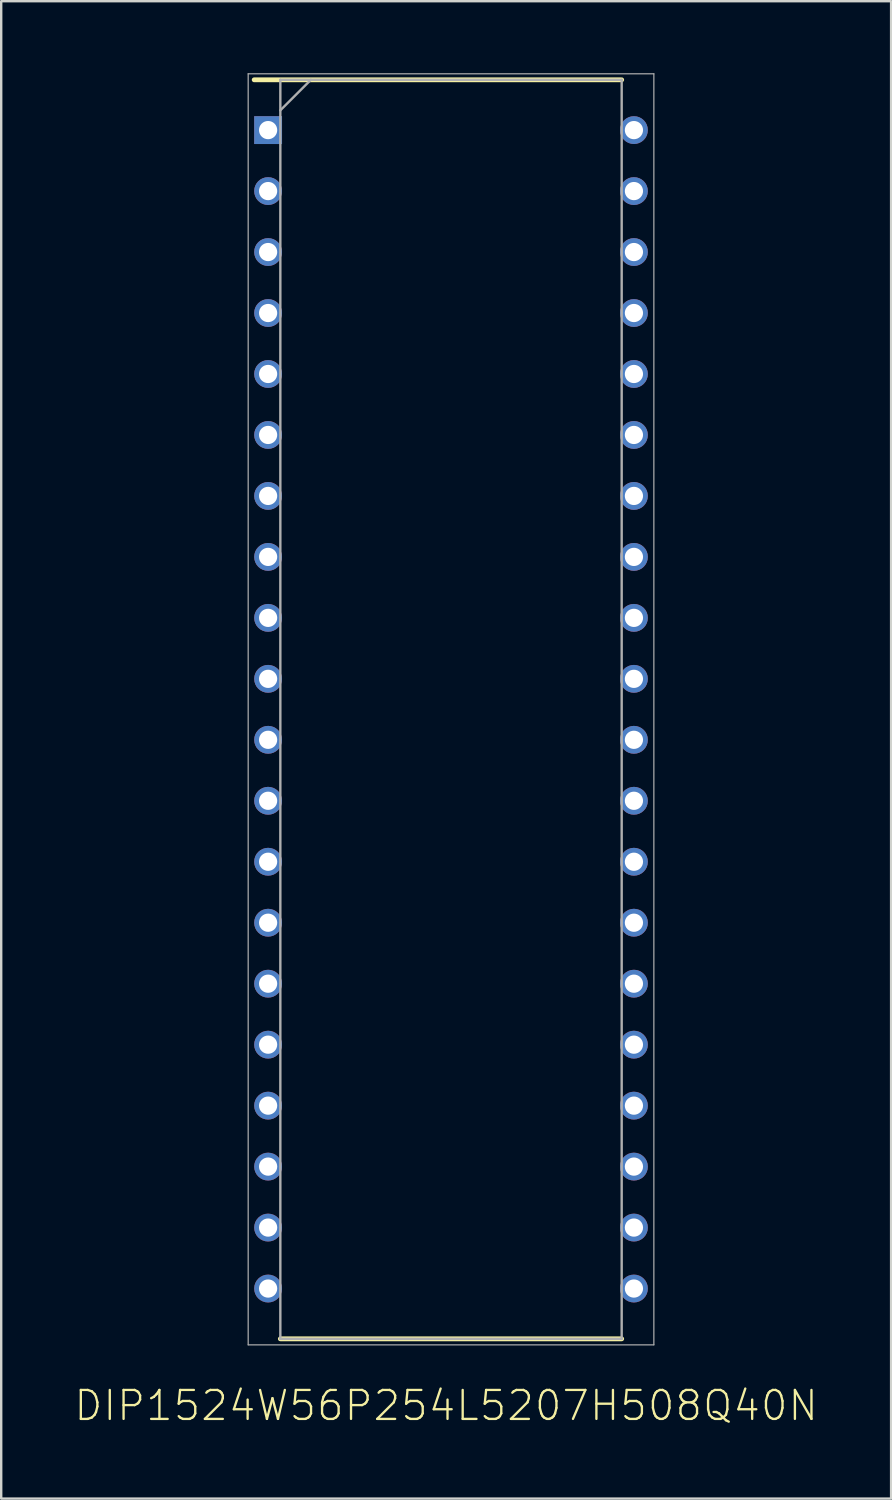
<source format=kicad_pcb>
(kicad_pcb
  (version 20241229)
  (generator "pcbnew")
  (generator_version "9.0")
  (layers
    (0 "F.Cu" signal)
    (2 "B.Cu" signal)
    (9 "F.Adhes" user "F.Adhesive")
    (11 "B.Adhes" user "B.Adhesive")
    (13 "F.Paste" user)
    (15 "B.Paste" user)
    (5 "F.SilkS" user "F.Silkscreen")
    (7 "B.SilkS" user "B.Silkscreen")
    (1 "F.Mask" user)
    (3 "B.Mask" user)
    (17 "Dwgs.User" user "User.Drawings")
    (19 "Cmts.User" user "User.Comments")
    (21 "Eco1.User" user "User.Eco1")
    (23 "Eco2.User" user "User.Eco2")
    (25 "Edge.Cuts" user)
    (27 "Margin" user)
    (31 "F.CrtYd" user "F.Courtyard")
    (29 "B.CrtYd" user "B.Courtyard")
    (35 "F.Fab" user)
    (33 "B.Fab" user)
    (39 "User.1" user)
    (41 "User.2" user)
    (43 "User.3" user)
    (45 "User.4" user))
  (footprint "DIP1524W56P254L5207H508Q40N"
    (layer "F.Cu")
    (at 15.739 26.5)
    (property "Reference" "DIP1524W56P254L5207H508Q40N" (at -0.203 29.007 180) (layer "F.SilkS") (effects (font (size 1.206 1.206) (thickness 0.097))))
    (attr through_hole)
    (fp_line (start -8.2 -26.225) (end 7.11 -26.225) (stroke (width 0.2) (type solid)) (layer "F.SilkS"))
    (fp_line (start -7.11 26.225) (end 7.11 26.225) (stroke (width 0.2) (type solid)) (layer "F.SilkS"))
    (fp_line (start -8.45 -26.475) (end 8.45 -26.475) (stroke (width 0.05) (type solid)) (layer "F.Fab"))
    (fp_line (start -8.45 26.475) (end -8.45 -26.475) (stroke (width 0.05) (type solid)) (layer "F.Fab"))
    (fp_line (start -7.11 -26.225) (end 7.11 -26.225) (stroke (width 0.1) (type solid)) (layer "F.Fab"))
    (fp_line (start -7.11 -24.955) (end -5.84 -26.225) (stroke (width 0.1) (type solid)) (layer "F.Fab"))
    (fp_line (start -7.11 26.225) (end -7.11 -26.225) (stroke (width 0.1) (type solid)) (layer "F.Fab"))
    (fp_line (start 7.11 -26.225) (end 7.11 26.225) (stroke (width 0.1) (type solid)) (layer "F.Fab"))
    (fp_line (start 7.11 26.225) (end -7.11 26.225) (stroke (width 0.1) (type solid)) (layer "F.Fab"))
    (fp_line (start 8.45 -26.475) (end 8.45 26.475) (stroke (width 0.05) (type solid)) (layer "F.Fab"))
    (fp_line (start 8.45 26.475) (end -8.45 26.475) (stroke (width 0.05) (type solid)) (layer "F.Fab"))
    (pad "1" thru_hole rect (at -7.62 -24.13) (size 1.16 1.16) (drill 0.76) (layers "*.Cu" "*.Mask"))
    (pad "2" thru_hole circle (at -7.62 -21.59) (size 1.16 1.16) (drill 0.76) (layers "*.Cu" "*.Mask"))
    (pad "3" thru_hole circle (at -7.62 -19.05) (size 1.16 1.16) (drill 0.76) (layers "*.Cu" "*.Mask"))
    (pad "4" thru_hole circle (at -7.62 -16.51) (size 1.16 1.16) (drill 0.76) (layers "*.Cu" "*.Mask"))
    (pad "5" thru_hole circle (at -7.62 -13.97) (size 1.16 1.16) (drill 0.76) (layers "*.Cu" "*.Mask"))
    (pad "6" thru_hole circle (at -7.62 -11.43) (size 1.16 1.16) (drill 0.76) (layers "*.Cu" "*.Mask"))
    (pad "7" thru_hole circle (at -7.62 -8.89) (size 1.16 1.16) (drill 0.76) (layers "*.Cu" "*.Mask"))
    (pad "8" thru_hole circle (at -7.62 -6.35) (size 1.16 1.16) (drill 0.76) (layers "*.Cu" "*.Mask"))
    (pad "9" thru_hole circle (at -7.62 -3.81) (size 1.16 1.16) (drill 0.76) (layers "*.Cu" "*.Mask"))
    (pad "10" thru_hole circle (at -7.62 -1.27) (size 1.16 1.16) (drill 0.76) (layers "*.Cu" "*.Mask"))
    (pad "11" thru_hole circle (at -7.62 1.27) (size 1.16 1.16) (drill 0.76) (layers "*.Cu" "*.Mask"))
    (pad "12" thru_hole circle (at -7.62 3.81) (size 1.16 1.16) (drill 0.76) (layers "*.Cu" "*.Mask"))
    (pad "13" thru_hole circle (at -7.62 6.35) (size 1.16 1.16) (drill 0.76) (layers "*.Cu" "*.Mask"))
    (pad "14" thru_hole circle (at -7.62 8.89) (size 1.16 1.16) (drill 0.76) (layers "*.Cu" "*.Mask"))
    (pad "15" thru_hole circle (at -7.62 11.43) (size 1.16 1.16) (drill 0.76) (layers "*.Cu" "*.Mask"))
    (pad "16" thru_hole circle (at -7.62 13.97) (size 1.16 1.16) (drill 0.76) (layers "*.Cu" "*.Mask"))
    (pad "17" thru_hole circle (at -7.62 16.51) (size 1.16 1.16) (drill 0.76) (layers "*.Cu" "*.Mask"))
    (pad "18" thru_hole circle (at -7.62 19.05) (size 1.16 1.16) (drill 0.76) (layers "*.Cu" "*.Mask"))
    (pad "19" thru_hole circle (at -7.62 21.59) (size 1.16 1.16) (drill 0.76) (layers "*.Cu" "*.Mask"))
    (pad "20" thru_hole circle (at -7.62 24.13) (size 1.16 1.16) (drill 0.76) (layers "*.Cu" "*.Mask"))
    (pad "21" thru_hole circle (at 7.62 24.13) (size 1.16 1.16) (drill 0.76) (layers "*.Cu" "*.Mask"))
    (pad "22" thru_hole circle (at 7.62 21.59) (size 1.16 1.16) (drill 0.76) (layers "*.Cu" "*.Mask"))
    (pad "23" thru_hole circle (at 7.62 19.05) (size 1.16 1.16) (drill 0.76) (layers "*.Cu" "*.Mask"))
    (pad "24" thru_hole circle (at 7.62 16.51) (size 1.16 1.16) (drill 0.76) (layers "*.Cu" "*.Mask"))
    (pad "25" thru_hole circle (at 7.62 13.97) (size 1.16 1.16) (drill 0.76) (layers "*.Cu" "*.Mask"))
    (pad "26" thru_hole circle (at 7.62 11.43) (size 1.16 1.16) (drill 0.76) (layers "*.Cu" "*.Mask"))
    (pad "27" thru_hole circle (at 7.62 8.89) (size 1.16 1.16) (drill 0.76) (layers "*.Cu" "*.Mask"))
    (pad "28" thru_hole circle (at 7.62 6.35) (size 1.16 1.16) (drill 0.76) (layers "*.Cu" "*.Mask"))
    (pad "29" thru_hole circle (at 7.62 3.81) (size 1.16 1.16) (drill 0.76) (layers "*.Cu" "*.Mask"))
    (pad "30" thru_hole circle (at 7.62 1.27) (size 1.16 1.16) (drill 0.76) (layers "*.Cu" "*.Mask"))
    (pad "31" thru_hole circle (at 7.62 -1.27) (size 1.16 1.16) (drill 0.76) (layers "*.Cu" "*.Mask"))
    (pad "32" thru_hole circle (at 7.62 -3.81) (size 1.16 1.16) (drill 0.76) (layers "*.Cu" "*.Mask"))
    (pad "33" thru_hole circle (at 7.62 -6.35) (size 1.16 1.16) (drill 0.76) (layers "*.Cu" "*.Mask"))
    (pad "34" thru_hole circle (at 7.62 -8.89) (size 1.16 1.16) (drill 0.76) (layers "*.Cu" "*.Mask"))
    (pad "35" thru_hole circle (at 7.62 -11.43) (size 1.16 1.16) (drill 0.76) (layers "*.Cu" "*.Mask"))
    (pad "36" thru_hole circle (at 7.62 -13.97) (size 1.16 1.16) (drill 0.76) (layers "*.Cu" "*.Mask"))
    (pad "37" thru_hole circle (at 7.62 -16.51) (size 1.16 1.16) (drill 0.76) (layers "*.Cu" "*.Mask"))
    (pad "38" thru_hole circle (at 7.62 -19.05) (size 1.16 1.16) (drill 0.76) (layers "*.Cu" "*.Mask"))
    (pad "39" thru_hole circle (at 7.62 -21.59) (size 1.16 1.16) (drill 0.76) (layers "*.Cu" "*.Mask"))
    (pad "40" thru_hole circle (at 7.62 -24.13) (size 1.16 1.16) (drill 0.76) (layers "*.Cu" "*.Mask")))
  (gr_rect
    (start -3 -3)
    (end 34.073 59.382)
    (stroke (width 0.1) (type default))
    (fill no)
    (layer "Edge.Cuts")))
</source>
